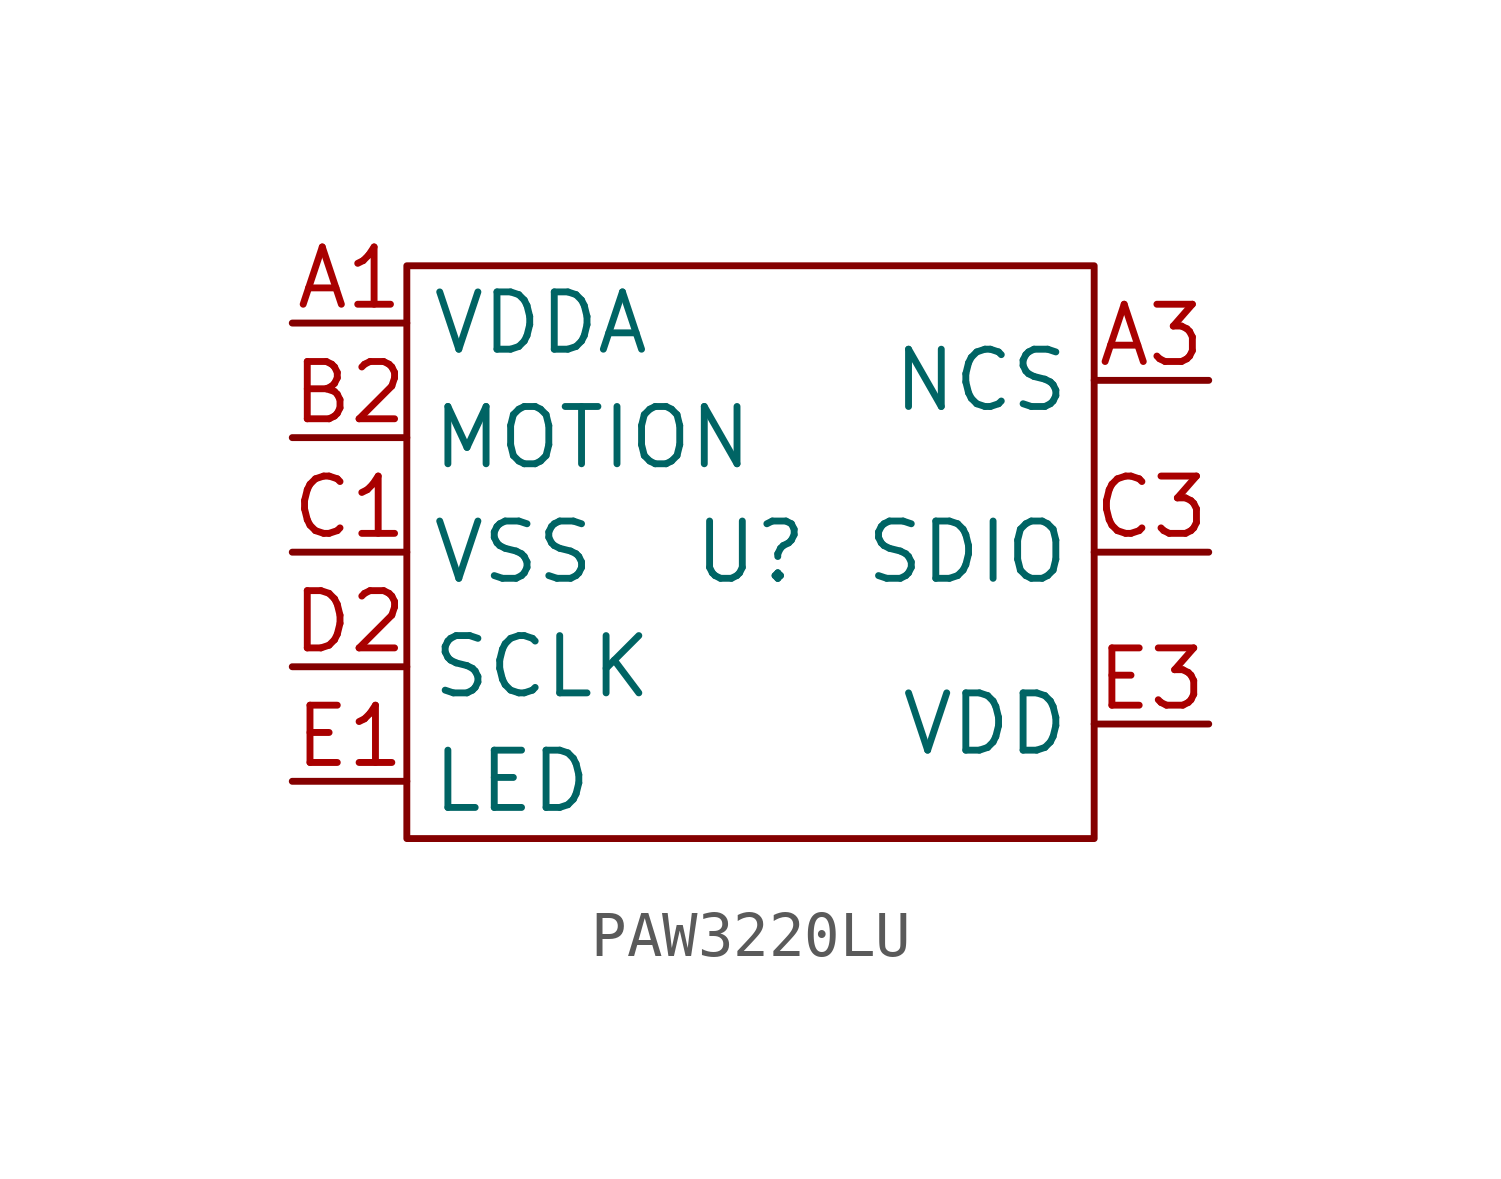
<source format=kicad_sym>
(kicad_symbol_lib
  (version 20231120)
  (generator "kicad_symbol_editor")
  (generator_version "8.0")
  (symbol "PAW3220LU"
    (property "Reference" "U"
      (at 0 0 0)
      (effects (font (size 1.27 1.27))))
    (property "Value" ""
      (at 0 0 0)
      (effects (font (size 1.27 1.27))))
    (symbol "PAW3220LU_0_1"
      (rectangle (start -7.62 6.35) (end 7.62 -6.35) (stroke (width 0) (type default)) (fill (type none))))
    (symbol "PAW3220LU_1_1"
      (pin input line (at -10.16 5.08 0) (length 2.54) (name "VDDA" (effects (font (size 1.27 1.27)))) (number "A1" (effects (font (size 1.27 1.27)))))
      (pin input line (at 10.16 3.81 180) (length 2.54) (name "NCS" (effects (font (size 1.27 1.27)))) (number "A3" (effects (font (size 1.27 1.27)))))
      (pin output line (at -10.16 2.54 0) (length 2.54) (name "MOTION" (effects (font (size 1.27 1.27)))) (number "B2" (effects (font (size 1.27 1.27)))))
      (pin input line (at -10.16 0 0) (length 2.54) (name "VSS" (effects (font (size 1.27 1.27)))) (number "C1" (effects (font (size 1.27 1.27)))))
      (pin bidirectional line (at 10.16 0 180) (length 2.54) (name "SDIO" (effects (font (size 1.27 1.27)))) (number "C3" (effects (font (size 1.27 1.27)))))
      (pin input line (at -10.16 -2.54 0) (length 2.54) (name "SCLK" (effects (font (size 1.27 1.27)))) (number "D2" (effects (font (size 1.27 1.27)))))
      (pin input line (at -10.16 -5.08 0) (length 2.54) (name "LED" (effects (font (size 1.27 1.27)))) (number "E1" (effects (font (size 1.27 1.27)))))
      (pin input line (at 10.16 -3.81 180) (length 2.54) (name "VDD" (effects (font (size 1.27 1.27)))) (number "E3" (effects (font (size 1.27 1.27))))))))
</source>
